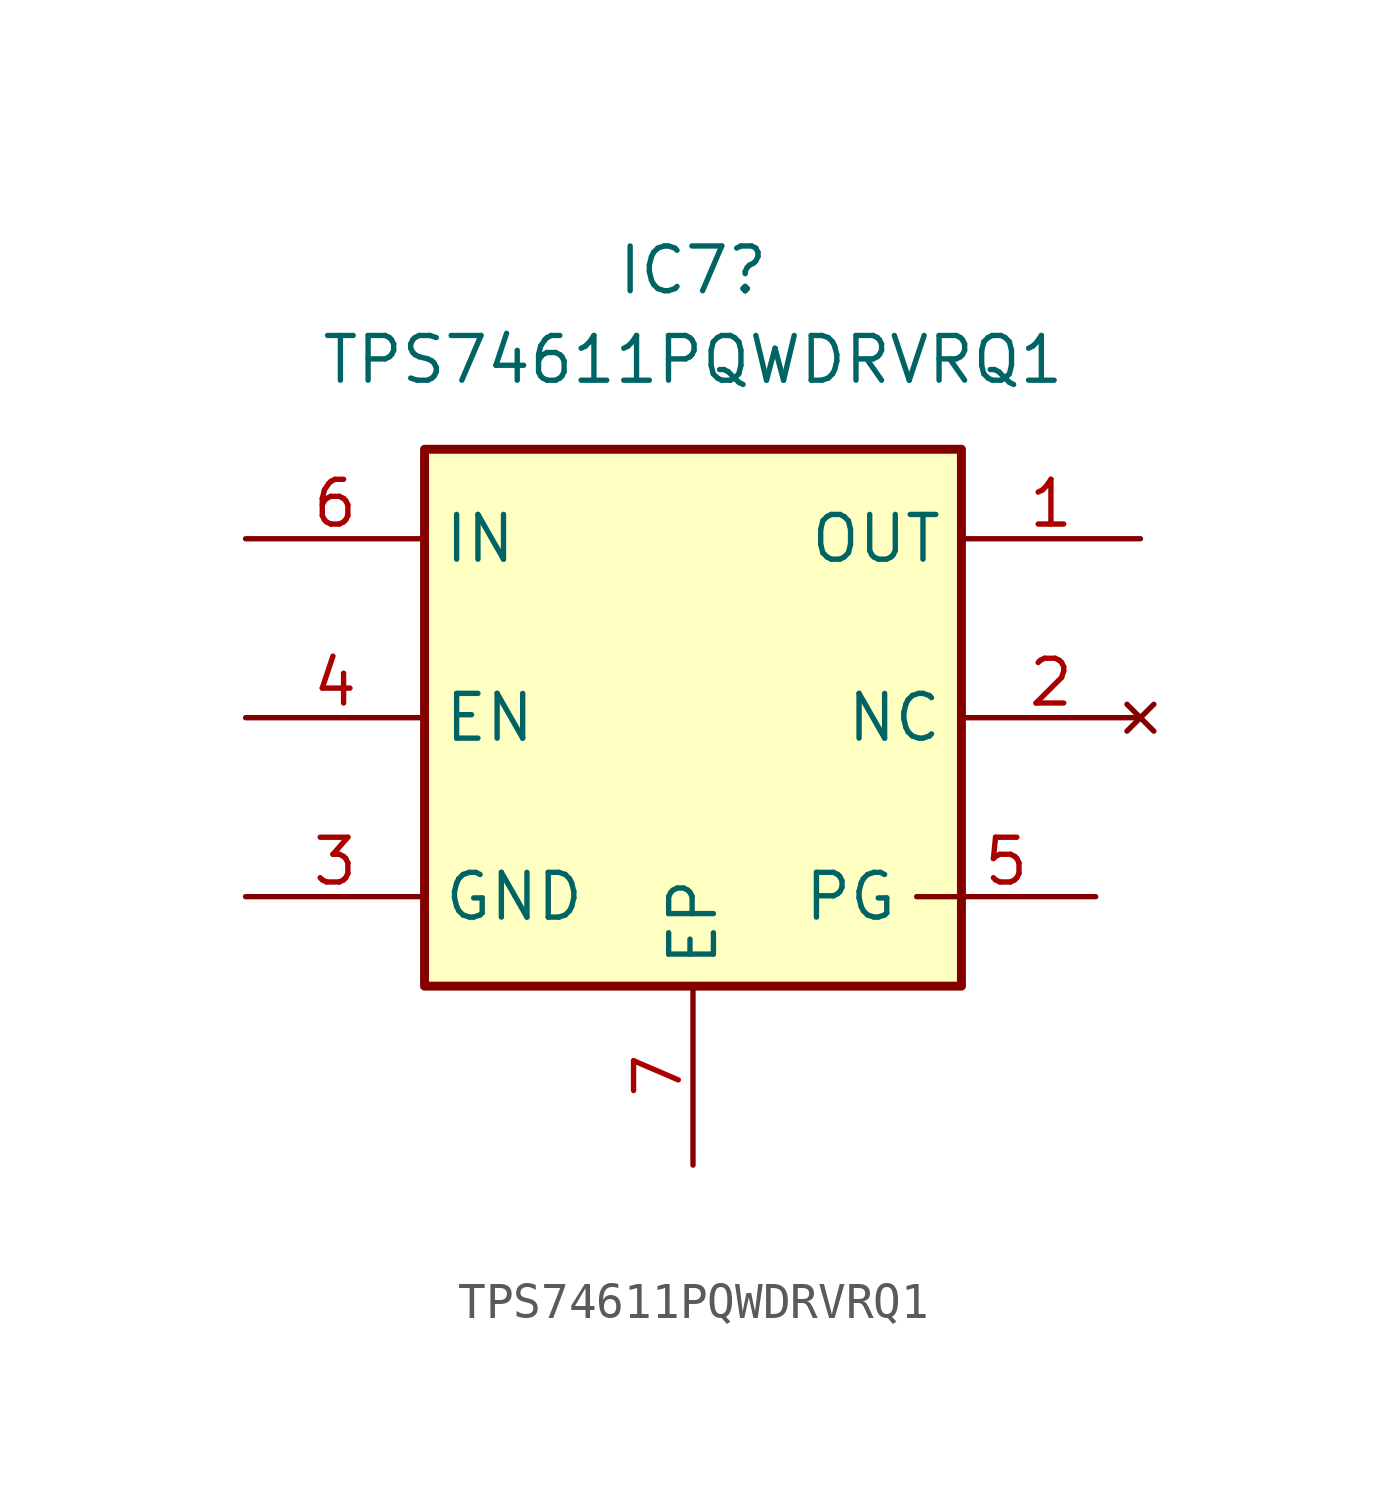
<source format=kicad_sym>
(kicad_symbol_lib
  (version 20231120)
  (generator "kicad_symbol_editor")
  (generator_version "8.0")
  (symbol "TPS74611PQWDRVRQ1"
    (property "Reference" "IC7"
      (at 12.7 7.62 0)
      (effects (font (size 1.27 1.27))))
    (property "Value" "TPS74611PQWDRVRQ1"
      (at 12.7 5.08 0)
      (effects (font (size 1.27 1.27))))
    (symbol "TPS74611PQWDRVRQ1_1_1"
      (rectangle (start 5.08 2.54) (end 20.32 -12.7) (stroke (width 0.254) (type default)) (fill (type background)))
      (pin passive line (at 25.4 0 180) (length 5.08) (name "OUT" (effects (font (size 1.27 1.27)))) (number "1" (effects (font (size 1.27 1.27)))))
      (pin no_connect line (at 25.4 -5.08 180) (length 5.08) (name "NC" (effects (font (size 1.27 1.27)))) (number "2" (effects (font (size 1.27 1.27)))))
      (pin passive line (at 0 -10.16 0) (length 5.08) (name "GND" (effects (font (size 1.27 1.27)))) (number "3" (effects (font (size 1.27 1.27)))))
      (pin passive line (at 0 -5.08 0) (length 5.08) (name "EN" (effects (font (size 1.27 1.27)))) (number "4" (effects (font (size 1.27 1.27)))))
      (pin passive line (at 24.13 -10.16 180) (length 5.08) (name "PG" (effects (font (size 1.27 1.27)))) (number "5" (effects (font (size 1.27 1.27)))))
      (pin passive line (at 0 0 0) (length 5.08) (name "IN" (effects (font (size 1.27 1.27)))) (number "6" (effects (font (size 1.27 1.27)))))
      (pin passive line (at 12.7 -17.78 90) (length 5.08) (name "EP" (effects (font (size 1.27 1.27)))) (number "7" (effects (font (size 1.27 1.27))))))))
</source>
